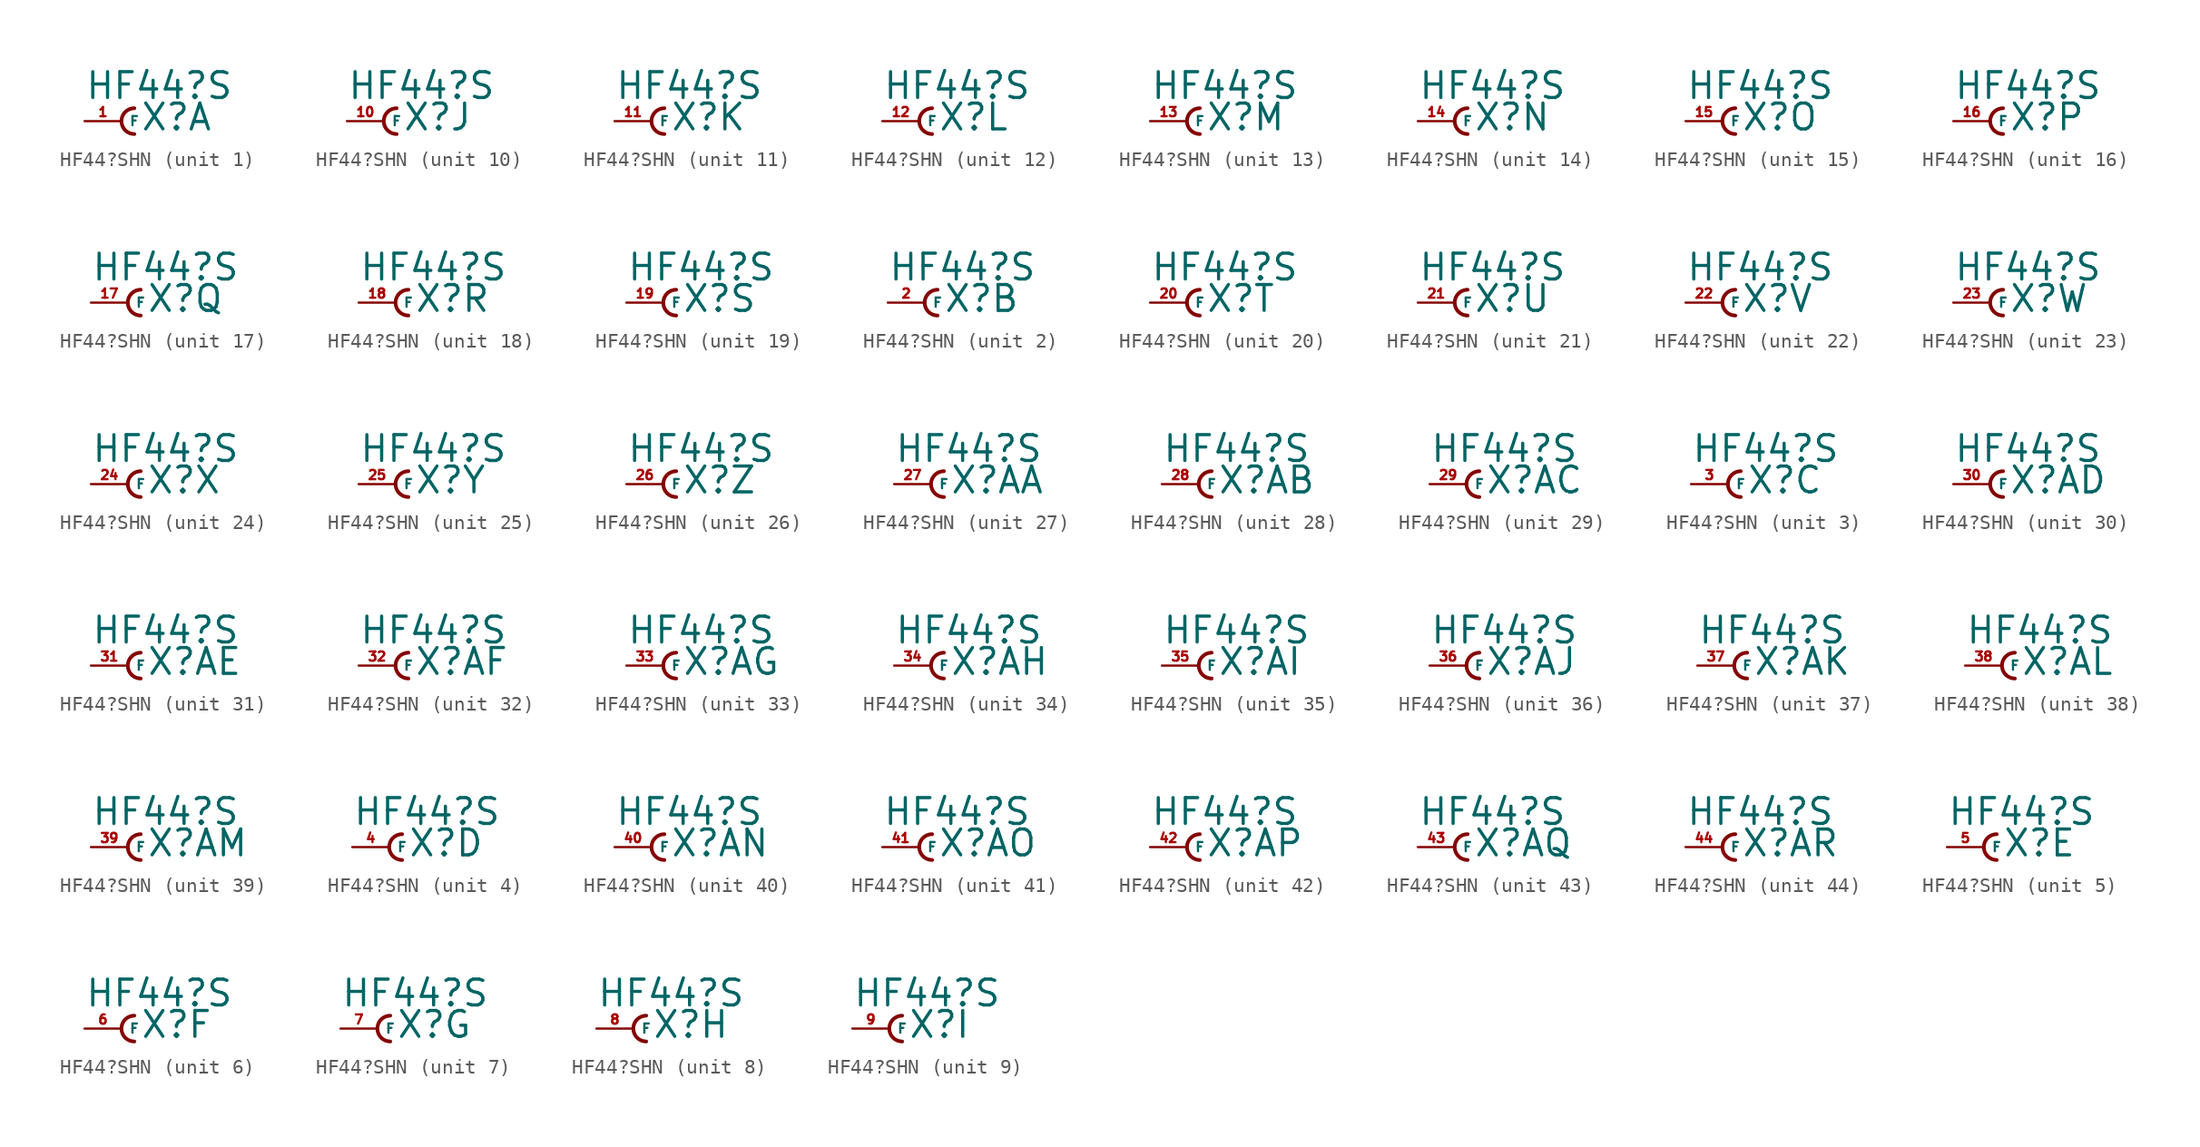
<source format=kicad_sym>
(kicad_symbol_lib
  (version 20220914)
  (generator Eagle2Kicad)
  (symbol "HF44?SHN"
    (property "Reference" "X"
      (at 1.27 -0.762 0)
      (effects (font (size 1.778 1.778) (thickness 0.22)) (justify left bottom)))
    (property "Value" "HF44?S"
      (at -2.54 1.397 0)
      (effects (font (size 1.778 1.778) (thickness 0.22)) (justify left bottom)))
    (symbol "HF44?SHN_1_0"
      (arc (start 0.889 0.889) (mid 0.000 0.000) (end 0.889 -0.889) (stroke (width 0.254) (type default)) (fill (type none)))
      (pin passive line (at -2.54 0 0) (length 2.54) (name "F" (effects (font (size 0.635 0.635) (thickness 0.08)) (justify left bottom))) (number "1" (effects (font (size 0.635 0.635) (thickness 0.08)) (justify left bottom)))))
    (symbol "HF44?SHN_2_0"
      (arc (start 0.889 0.889) (mid 0.000 0.000) (end 0.889 -0.889) (stroke (width 0.254) (type default)) (fill (type none)))
      (pin passive line (at -2.54 0 0) (length 2.54) (name "F" (effects (font (size 0.635 0.635) (thickness 0.08)) (justify left bottom))) (number "2" (effects (font (size 0.635 0.635) (thickness 0.08)) (justify left bottom)))))
    (symbol "HF44?SHN_3_0"
      (arc (start 0.889 0.889) (mid 0.000 0.000) (end 0.889 -0.889) (stroke (width 0.254) (type default)) (fill (type none)))
      (pin passive line (at -2.54 0 0) (length 2.54) (name "F" (effects (font (size 0.635 0.635) (thickness 0.08)) (justify left bottom))) (number "3" (effects (font (size 0.635 0.635) (thickness 0.08)) (justify left bottom)))))
    (symbol "HF44?SHN_4_0"
      (arc (start 0.889 0.889) (mid 0.000 0.000) (end 0.889 -0.889) (stroke (width 0.254) (type default)) (fill (type none)))
      (pin passive line (at -2.54 0 0) (length 2.54) (name "F" (effects (font (size 0.635 0.635) (thickness 0.08)) (justify left bottom))) (number "4" (effects (font (size 0.635 0.635) (thickness 0.08)) (justify left bottom)))))
    (symbol "HF44?SHN_5_0"
      (arc (start 0.889 0.889) (mid 0.000 0.000) (end 0.889 -0.889) (stroke (width 0.254) (type default)) (fill (type none)))
      (pin passive line (at -2.54 0 0) (length 2.54) (name "F" (effects (font (size 0.635 0.635) (thickness 0.08)) (justify left bottom))) (number "5" (effects (font (size 0.635 0.635) (thickness 0.08)) (justify left bottom)))))
    (symbol "HF44?SHN_6_0"
      (arc (start 0.889 0.889) (mid 0.000 0.000) (end 0.889 -0.889) (stroke (width 0.254) (type default)) (fill (type none)))
      (pin passive line (at -2.54 0 0) (length 2.54) (name "F" (effects (font (size 0.635 0.635) (thickness 0.08)) (justify left bottom))) (number "6" (effects (font (size 0.635 0.635) (thickness 0.08)) (justify left bottom)))))
    (symbol "HF44?SHN_7_0"
      (arc (start 0.889 0.889) (mid 0.000 0.000) (end 0.889 -0.889) (stroke (width 0.254) (type default)) (fill (type none)))
      (pin passive line (at -2.54 0 0) (length 2.54) (name "F" (effects (font (size 0.635 0.635) (thickness 0.08)) (justify left bottom))) (number "7" (effects (font (size 0.635 0.635) (thickness 0.08)) (justify left bottom)))))
    (symbol "HF44?SHN_8_0"
      (arc (start 0.889 0.889) (mid 0.000 0.000) (end 0.889 -0.889) (stroke (width 0.254) (type default)) (fill (type none)))
      (pin passive line (at -2.54 0 0) (length 2.54) (name "F" (effects (font (size 0.635 0.635) (thickness 0.08)) (justify left bottom))) (number "8" (effects (font (size 0.635 0.635) (thickness 0.08)) (justify left bottom)))))
    (symbol "HF44?SHN_9_0"
      (arc (start 0.889 0.889) (mid 0.000 0.000) (end 0.889 -0.889) (stroke (width 0.254) (type default)) (fill (type none)))
      (pin passive line (at -2.54 0 0) (length 2.54) (name "F" (effects (font (size 0.635 0.635) (thickness 0.08)) (justify left bottom))) (number "9" (effects (font (size 0.635 0.635) (thickness 0.08)) (justify left bottom)))))
    (symbol "HF44?SHN_10_0"
      (arc (start 0.889 0.889) (mid 0.000 0.000) (end 0.889 -0.889) (stroke (width 0.254) (type default)) (fill (type none)))
      (pin passive line (at -2.54 0 0) (length 2.54) (name "F" (effects (font (size 0.635 0.635) (thickness 0.08)) (justify left bottom))) (number "10" (effects (font (size 0.635 0.635) (thickness 0.08)) (justify left bottom)))))
    (symbol "HF44?SHN_11_0"
      (arc (start 0.889 0.889) (mid 0.000 0.000) (end 0.889 -0.889) (stroke (width 0.254) (type default)) (fill (type none)))
      (pin passive line (at -2.54 0 0) (length 2.54) (name "F" (effects (font (size 0.635 0.635) (thickness 0.08)) (justify left bottom))) (number "11" (effects (font (size 0.635 0.635) (thickness 0.08)) (justify left bottom)))))
    (symbol "HF44?SHN_12_0"
      (arc (start 0.889 0.889) (mid 0.000 0.000) (end 0.889 -0.889) (stroke (width 0.254) (type default)) (fill (type none)))
      (pin passive line (at -2.54 0 0) (length 2.54) (name "F" (effects (font (size 0.635 0.635) (thickness 0.08)) (justify left bottom))) (number "12" (effects (font (size 0.635 0.635) (thickness 0.08)) (justify left bottom)))))
    (symbol "HF44?SHN_13_0"
      (arc (start 0.889 0.889) (mid 0.000 0.000) (end 0.889 -0.889) (stroke (width 0.254) (type default)) (fill (type none)))
      (pin passive line (at -2.54 0 0) (length 2.54) (name "F" (effects (font (size 0.635 0.635) (thickness 0.08)) (justify left bottom))) (number "13" (effects (font (size 0.635 0.635) (thickness 0.08)) (justify left bottom)))))
    (symbol "HF44?SHN_14_0"
      (arc (start 0.889 0.889) (mid 0.000 0.000) (end 0.889 -0.889) (stroke (width 0.254) (type default)) (fill (type none)))
      (pin passive line (at -2.54 0 0) (length 2.54) (name "F" (effects (font (size 0.635 0.635) (thickness 0.08)) (justify left bottom))) (number "14" (effects (font (size 0.635 0.635) (thickness 0.08)) (justify left bottom)))))
    (symbol "HF44?SHN_15_0"
      (arc (start 0.889 0.889) (mid 0.000 0.000) (end 0.889 -0.889) (stroke (width 0.254) (type default)) (fill (type none)))
      (pin passive line (at -2.54 0 0) (length 2.54) (name "F" (effects (font (size 0.635 0.635) (thickness 0.08)) (justify left bottom))) (number "15" (effects (font (size 0.635 0.635) (thickness 0.08)) (justify left bottom)))))
    (symbol "HF44?SHN_16_0"
      (arc (start 0.889 0.889) (mid 0.000 0.000) (end 0.889 -0.889) (stroke (width 0.254) (type default)) (fill (type none)))
      (pin passive line (at -2.54 0 0) (length 2.54) (name "F" (effects (font (size 0.635 0.635) (thickness 0.08)) (justify left bottom))) (number "16" (effects (font (size 0.635 0.635) (thickness 0.08)) (justify left bottom)))))
    (symbol "HF44?SHN_17_0"
      (arc (start 0.889 0.889) (mid 0.000 0.000) (end 0.889 -0.889) (stroke (width 0.254) (type default)) (fill (type none)))
      (pin passive line (at -2.54 0 0) (length 2.54) (name "F" (effects (font (size 0.635 0.635) (thickness 0.08)) (justify left bottom))) (number "17" (effects (font (size 0.635 0.635) (thickness 0.08)) (justify left bottom)))))
    (symbol "HF44?SHN_18_0"
      (arc (start 0.889 0.889) (mid 0.000 0.000) (end 0.889 -0.889) (stroke (width 0.254) (type default)) (fill (type none)))
      (pin passive line (at -2.54 0 0) (length 2.54) (name "F" (effects (font (size 0.635 0.635) (thickness 0.08)) (justify left bottom))) (number "18" (effects (font (size 0.635 0.635) (thickness 0.08)) (justify left bottom)))))
    (symbol "HF44?SHN_19_0"
      (arc (start 0.889 0.889) (mid 0.000 0.000) (end 0.889 -0.889) (stroke (width 0.254) (type default)) (fill (type none)))
      (pin passive line (at -2.54 0 0) (length 2.54) (name "F" (effects (font (size 0.635 0.635) (thickness 0.08)) (justify left bottom))) (number "19" (effects (font (size 0.635 0.635) (thickness 0.08)) (justify left bottom)))))
    (symbol "HF44?SHN_20_0"
      (arc (start 0.889 0.889) (mid 0.000 0.000) (end 0.889 -0.889) (stroke (width 0.254) (type default)) (fill (type none)))
      (pin passive line (at -2.54 0 0) (length 2.54) (name "F" (effects (font (size 0.635 0.635) (thickness 0.08)) (justify left bottom))) (number "20" (effects (font (size 0.635 0.635) (thickness 0.08)) (justify left bottom)))))
    (symbol "HF44?SHN_21_0"
      (arc (start 0.889 0.889) (mid 0.000 0.000) (end 0.889 -0.889) (stroke (width 0.254) (type default)) (fill (type none)))
      (pin passive line (at -2.54 0 0) (length 2.54) (name "F" (effects (font (size 0.635 0.635) (thickness 0.08)) (justify left bottom))) (number "21" (effects (font (size 0.635 0.635) (thickness 0.08)) (justify left bottom)))))
    (symbol "HF44?SHN_22_0"
      (arc (start 0.889 0.889) (mid 0.000 0.000) (end 0.889 -0.889) (stroke (width 0.254) (type default)) (fill (type none)))
      (pin passive line (at -2.54 0 0) (length 2.54) (name "F" (effects (font (size 0.635 0.635) (thickness 0.08)) (justify left bottom))) (number "22" (effects (font (size 0.635 0.635) (thickness 0.08)) (justify left bottom)))))
    (symbol "HF44?SHN_23_0"
      (arc (start 0.889 0.889) (mid 0.000 0.000) (end 0.889 -0.889) (stroke (width 0.254) (type default)) (fill (type none)))
      (pin passive line (at -2.54 0 0) (length 2.54) (name "F" (effects (font (size 0.635 0.635) (thickness 0.08)) (justify left bottom))) (number "23" (effects (font (size 0.635 0.635) (thickness 0.08)) (justify left bottom)))))
    (symbol "HF44?SHN_24_0"
      (arc (start 0.889 0.889) (mid 0.000 0.000) (end 0.889 -0.889) (stroke (width 0.254) (type default)) (fill (type none)))
      (pin passive line (at -2.54 0 0) (length 2.54) (name "F" (effects (font (size 0.635 0.635) (thickness 0.08)) (justify left bottom))) (number "24" (effects (font (size 0.635 0.635) (thickness 0.08)) (justify left bottom)))))
    (symbol "HF44?SHN_25_0"
      (arc (start 0.889 0.889) (mid 0.000 0.000) (end 0.889 -0.889) (stroke (width 0.254) (type default)) (fill (type none)))
      (pin passive line (at -2.54 0 0) (length 2.54) (name "F" (effects (font (size 0.635 0.635) (thickness 0.08)) (justify left bottom))) (number "25" (effects (font (size 0.635 0.635) (thickness 0.08)) (justify left bottom)))))
    (symbol "HF44?SHN_26_0"
      (arc (start 0.889 0.889) (mid 0.000 0.000) (end 0.889 -0.889) (stroke (width 0.254) (type default)) (fill (type none)))
      (pin passive line (at -2.54 0 0) (length 2.54) (name "F" (effects (font (size 0.635 0.635) (thickness 0.08)) (justify left bottom))) (number "26" (effects (font (size 0.635 0.635) (thickness 0.08)) (justify left bottom)))))
    (symbol "HF44?SHN_27_0"
      (arc (start 0.889 0.889) (mid 0.000 0.000) (end 0.889 -0.889) (stroke (width 0.254) (type default)) (fill (type none)))
      (pin passive line (at -2.54 0 0) (length 2.54) (name "F" (effects (font (size 0.635 0.635) (thickness 0.08)) (justify left bottom))) (number "27" (effects (font (size 0.635 0.635) (thickness 0.08)) (justify left bottom)))))
    (symbol "HF44?SHN_28_0"
      (arc (start 0.889 0.889) (mid 0.000 0.000) (end 0.889 -0.889) (stroke (width 0.254) (type default)) (fill (type none)))
      (pin passive line (at -2.54 0 0) (length 2.54) (name "F" (effects (font (size 0.635 0.635) (thickness 0.08)) (justify left bottom))) (number "28" (effects (font (size 0.635 0.635) (thickness 0.08)) (justify left bottom)))))
    (symbol "HF44?SHN_29_0"
      (arc (start 0.889 0.889) (mid 0.000 0.000) (end 0.889 -0.889) (stroke (width 0.254) (type default)) (fill (type none)))
      (pin passive line (at -2.54 0 0) (length 2.54) (name "F" (effects (font (size 0.635 0.635) (thickness 0.08)) (justify left bottom))) (number "29" (effects (font (size 0.635 0.635) (thickness 0.08)) (justify left bottom)))))
    (symbol "HF44?SHN_30_0"
      (arc (start 0.889 0.889) (mid 0.000 0.000) (end 0.889 -0.889) (stroke (width 0.254) (type default)) (fill (type none)))
      (pin passive line (at -2.54 0 0) (length 2.54) (name "F" (effects (font (size 0.635 0.635) (thickness 0.08)) (justify left bottom))) (number "30" (effects (font (size 0.635 0.635) (thickness 0.08)) (justify left bottom)))))
    (symbol "HF44?SHN_31_0"
      (arc (start 0.889 0.889) (mid 0.000 0.000) (end 0.889 -0.889) (stroke (width 0.254) (type default)) (fill (type none)))
      (pin passive line (at -2.54 0 0) (length 2.54) (name "F" (effects (font (size 0.635 0.635) (thickness 0.08)) (justify left bottom))) (number "31" (effects (font (size 0.635 0.635) (thickness 0.08)) (justify left bottom)))))
    (symbol "HF44?SHN_32_0"
      (arc (start 0.889 0.889) (mid 0.000 0.000) (end 0.889 -0.889) (stroke (width 0.254) (type default)) (fill (type none)))
      (pin passive line (at -2.54 0 0) (length 2.54) (name "F" (effects (font (size 0.635 0.635) (thickness 0.08)) (justify left bottom))) (number "32" (effects (font (size 0.635 0.635) (thickness 0.08)) (justify left bottom)))))
    (symbol "HF44?SHN_33_0"
      (arc (start 0.889 0.889) (mid 0.000 0.000) (end 0.889 -0.889) (stroke (width 0.254) (type default)) (fill (type none)))
      (pin passive line (at -2.54 0 0) (length 2.54) (name "F" (effects (font (size 0.635 0.635) (thickness 0.08)) (justify left bottom))) (number "33" (effects (font (size 0.635 0.635) (thickness 0.08)) (justify left bottom)))))
    (symbol "HF44?SHN_34_0"
      (arc (start 0.889 0.889) (mid 0.000 0.000) (end 0.889 -0.889) (stroke (width 0.254) (type default)) (fill (type none)))
      (pin passive line (at -2.54 0 0) (length 2.54) (name "F" (effects (font (size 0.635 0.635) (thickness 0.08)) (justify left bottom))) (number "34" (effects (font (size 0.635 0.635) (thickness 0.08)) (justify left bottom)))))
    (symbol "HF44?SHN_35_0"
      (arc (start 0.889 0.889) (mid 0.000 0.000) (end 0.889 -0.889) (stroke (width 0.254) (type default)) (fill (type none)))
      (pin passive line (at -2.54 0 0) (length 2.54) (name "F" (effects (font (size 0.635 0.635) (thickness 0.08)) (justify left bottom))) (number "35" (effects (font (size 0.635 0.635) (thickness 0.08)) (justify left bottom)))))
    (symbol "HF44?SHN_36_0"
      (arc (start 0.889 0.889) (mid 0.000 0.000) (end 0.889 -0.889) (stroke (width 0.254) (type default)) (fill (type none)))
      (pin passive line (at -2.54 0 0) (length 2.54) (name "F" (effects (font (size 0.635 0.635) (thickness 0.08)) (justify left bottom))) (number "36" (effects (font (size 0.635 0.635) (thickness 0.08)) (justify left bottom)))))
    (symbol "HF44?SHN_37_0"
      (arc (start 0.889 0.889) (mid 0.000 0.000) (end 0.889 -0.889) (stroke (width 0.254) (type default)) (fill (type none)))
      (pin passive line (at -2.54 0 0) (length 2.54) (name "F" (effects (font (size 0.635 0.635) (thickness 0.08)) (justify left bottom))) (number "37" (effects (font (size 0.635 0.635) (thickness 0.08)) (justify left bottom)))))
    (symbol "HF44?SHN_38_0"
      (arc (start 0.889 0.889) (mid 0.000 0.000) (end 0.889 -0.889) (stroke (width 0.254) (type default)) (fill (type none)))
      (pin passive line (at -2.54 0 0) (length 2.54) (name "F" (effects (font (size 0.635 0.635) (thickness 0.08)) (justify left bottom))) (number "38" (effects (font (size 0.635 0.635) (thickness 0.08)) (justify left bottom)))))
    (symbol "HF44?SHN_39_0"
      (arc (start 0.889 0.889) (mid 0.000 0.000) (end 0.889 -0.889) (stroke (width 0.254) (type default)) (fill (type none)))
      (pin passive line (at -2.54 0 0) (length 2.54) (name "F" (effects (font (size 0.635 0.635) (thickness 0.08)) (justify left bottom))) (number "39" (effects (font (size 0.635 0.635) (thickness 0.08)) (justify left bottom)))))
    (symbol "HF44?SHN_40_0"
      (arc (start 0.889 0.889) (mid 0.000 0.000) (end 0.889 -0.889) (stroke (width 0.254) (type default)) (fill (type none)))
      (pin passive line (at -2.54 0 0) (length 2.54) (name "F" (effects (font (size 0.635 0.635) (thickness 0.08)) (justify left bottom))) (number "40" (effects (font (size 0.635 0.635) (thickness 0.08)) (justify left bottom)))))
    (symbol "HF44?SHN_41_0"
      (arc (start 0.889 0.889) (mid 0.000 0.000) (end 0.889 -0.889) (stroke (width 0.254) (type default)) (fill (type none)))
      (pin passive line (at -2.54 0 0) (length 2.54) (name "F" (effects (font (size 0.635 0.635) (thickness 0.08)) (justify left bottom))) (number "41" (effects (font (size 0.635 0.635) (thickness 0.08)) (justify left bottom)))))
    (symbol "HF44?SHN_42_0"
      (arc (start 0.889 0.889) (mid 0.000 0.000) (end 0.889 -0.889) (stroke (width 0.254) (type default)) (fill (type none)))
      (pin passive line (at -2.54 0 0) (length 2.54) (name "F" (effects (font (size 0.635 0.635) (thickness 0.08)) (justify left bottom))) (number "42" (effects (font (size 0.635 0.635) (thickness 0.08)) (justify left bottom)))))
    (symbol "HF44?SHN_43_0"
      (arc (start 0.889 0.889) (mid 0.000 0.000) (end 0.889 -0.889) (stroke (width 0.254) (type default)) (fill (type none)))
      (pin passive line (at -2.54 0 0) (length 2.54) (name "F" (effects (font (size 0.635 0.635) (thickness 0.08)) (justify left bottom))) (number "43" (effects (font (size 0.635 0.635) (thickness 0.08)) (justify left bottom)))))
    (symbol "HF44?SHN_44_0"
      (arc (start 0.889 0.889) (mid 0.000 0.000) (end 0.889 -0.889) (stroke (width 0.254) (type default)) (fill (type none)))
      (pin passive line (at -2.54 0 0) (length 2.54) (name "F" (effects (font (size 0.635 0.635) (thickness 0.08)) (justify left bottom))) (number "44" (effects (font (size 0.635 0.635) (thickness 0.08)) (justify left bottom)))))))
</source>
